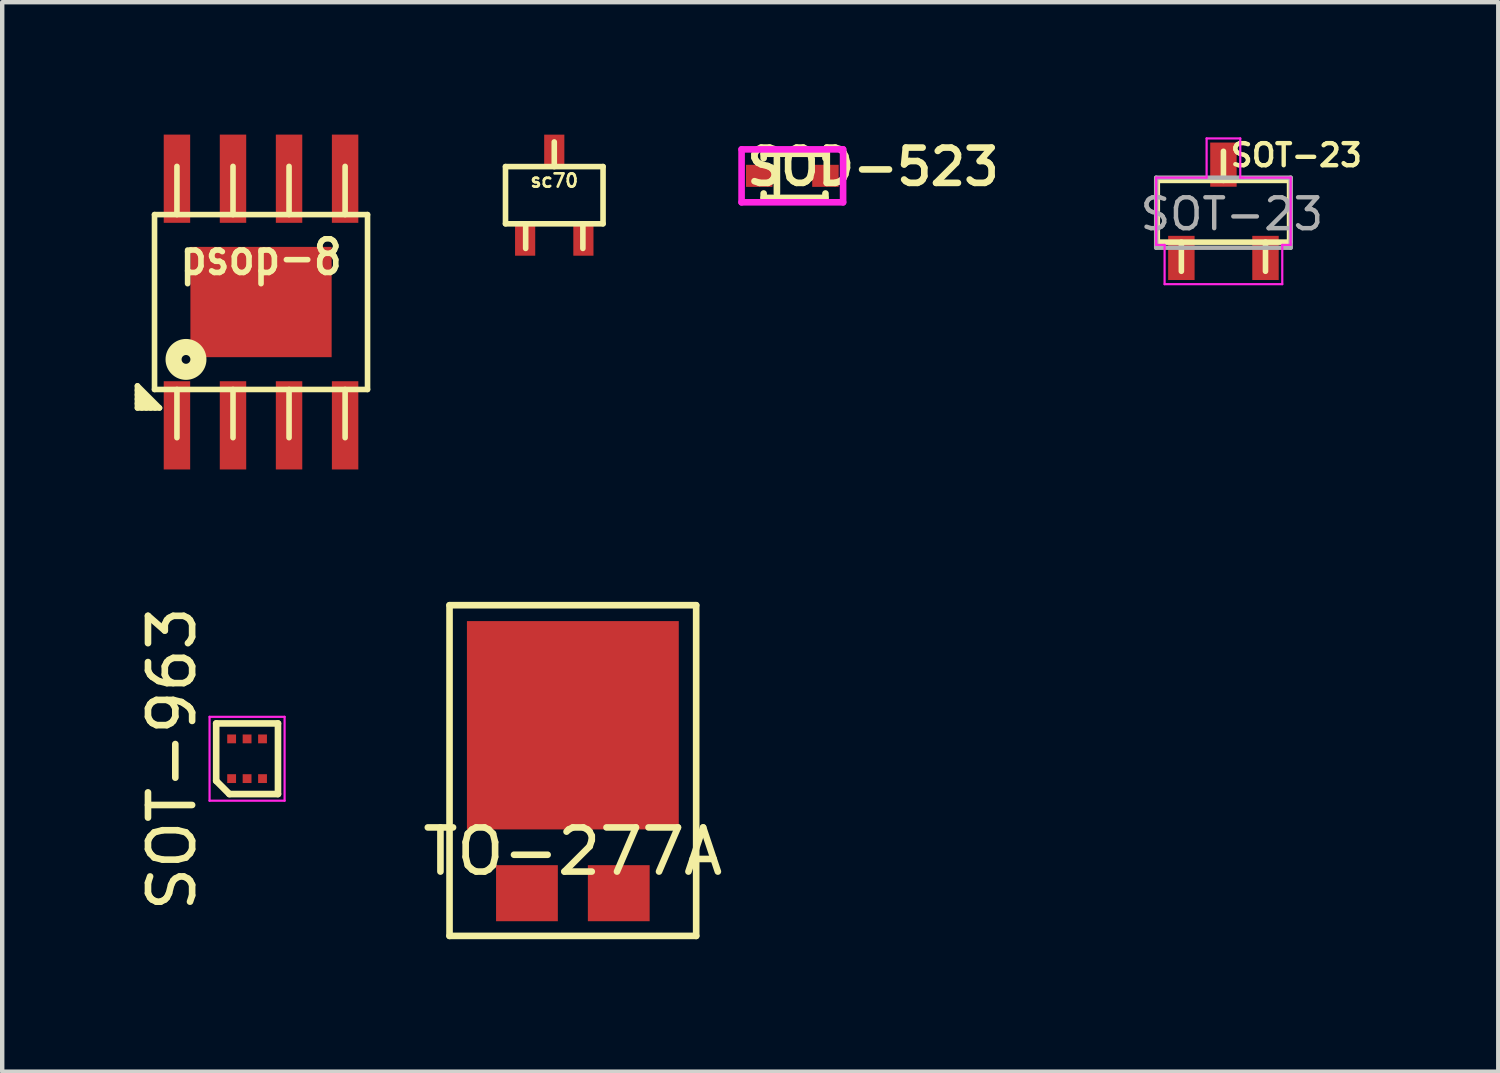
<source format=kicad_pcb>
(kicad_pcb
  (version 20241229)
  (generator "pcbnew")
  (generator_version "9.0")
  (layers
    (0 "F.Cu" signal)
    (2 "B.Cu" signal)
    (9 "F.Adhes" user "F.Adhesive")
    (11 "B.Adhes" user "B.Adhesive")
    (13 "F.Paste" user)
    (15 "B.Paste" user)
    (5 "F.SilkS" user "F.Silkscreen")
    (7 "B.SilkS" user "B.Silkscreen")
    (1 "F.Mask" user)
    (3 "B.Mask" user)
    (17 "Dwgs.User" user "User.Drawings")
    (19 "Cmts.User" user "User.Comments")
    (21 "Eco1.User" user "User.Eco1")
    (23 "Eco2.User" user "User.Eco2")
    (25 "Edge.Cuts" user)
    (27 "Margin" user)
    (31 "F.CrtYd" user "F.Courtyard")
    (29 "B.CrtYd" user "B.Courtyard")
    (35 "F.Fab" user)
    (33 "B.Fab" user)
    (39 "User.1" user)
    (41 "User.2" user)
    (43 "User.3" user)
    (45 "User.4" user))
  (footprint "SOT-23"
    (layer "F.Cu")
    (at 24.669 1.737)
    (property "Reference" "SOT-23" (at 1.651 -1.27 0) (layer "F.SilkS") (effects (font (size 0.5 0.5) (thickness 0.099))))
    (attr through_hole)
    (fp_line (start -1.499 -0.699) (end 1.499 -0.699) (stroke (width 0.127) (type solid)) (layer "F.SilkS"))
    (fp_line (start -1.499 0.699) (end -1.499 -0.699) (stroke (width 0.127) (type solid)) (layer "F.SilkS"))
    (fp_line (start -0.953 0.699) (end -0.953 1.359) (stroke (width 0.127) (type solid)) (layer "F.SilkS"))
    (fp_line (start 0 -0.699) (end 0 -1.359) (stroke (width 0.127) (type solid)) (layer "F.SilkS"))
    (fp_line (start 0.953 0.699) (end 0.953 1.359) (stroke (width 0.127) (type solid)) (layer "F.SilkS"))
    (fp_line (start 1.499 -0.699) (end 1.499 0.699) (stroke (width 0.127) (type solid)) (layer "F.SilkS"))
    (fp_line (start 1.499 0.699) (end -1.499 0.699) (stroke (width 0.127) (type solid)) (layer "F.SilkS"))
    (fp_line (start -1.524 -0.762) (end -1.524 0.762) (stroke (width 0.05) (type solid)) (layer "F.CrtYd"))
    (fp_line (start -1.524 0.762) (end -1.333 0.762) (stroke (width 0.05) (type solid)) (layer "F.CrtYd"))
    (fp_line (start -1.333 0.762) (end -1.333 1.651) (stroke (width 0.05) (type solid)) (layer "F.CrtYd"))
    (fp_line (start -1.333 1.651) (end 1.333 1.651) (stroke (width 0.05) (type solid)) (layer "F.CrtYd"))
    (fp_line (start -0.381 -1.651) (end -0.381 -0.762) (stroke (width 0.05) (type solid)) (layer "F.CrtYd"))
    (fp_line (start -0.381 -0.762) (end -1.524 -0.762) (stroke (width 0.05) (type solid)) (layer "F.CrtYd"))
    (fp_line (start 0.381 -1.651) (end -0.381 -1.651) (stroke (width 0.05) (type solid)) (layer "F.CrtYd"))
    (fp_line (start 0.381 -0.762) (end 0.381 -1.651) (stroke (width 0.05) (type solid)) (layer "F.CrtYd"))
    (fp_line (start 0.445 -0.762) (end 0.381 -0.762) (stroke (width 0.05) (type solid)) (layer "F.CrtYd"))
    (fp_line (start 1.333 0.762) (end 1.524 0.762) (stroke (width 0.05) (type solid)) (layer "F.CrtYd"))
    (fp_line (start 1.333 1.651) (end 1.333 0.762) (stroke (width 0.05) (type solid)) (layer "F.CrtYd"))
    (fp_line (start 1.524 -0.762) (end 0.445 -0.762) (stroke (width 0.05) (type solid)) (layer "F.CrtYd"))
    (fp_line (start 1.524 0.762) (end 1.524 -0.762) (stroke (width 0.05) (type solid)) (layer "F.CrtYd"))
    (fp_line (start -1.524 -0.762) (end -1.524 0.826) (stroke (width 0.1) (type solid)) (layer "F.Fab"))
    (fp_line (start -1.524 0.826) (end 1.524 0.826) (stroke (width 0.1) (type solid)) (layer "F.Fab"))
    (fp_line (start 1.524 -0.762) (end -1.524 -0.762) (stroke (width 0.1) (type solid)) (layer "F.Fab"))
    (fp_line (start 1.524 0.826) (end 1.524 -0.762) (stroke (width 0.1) (type solid)) (layer "F.Fab"))
    (fp_text user "${REFERENCE}" (at 0.191 0.064 0) (layer "F.Fab") (effects (font (size 0.7 0.7) (thickness 0.1))))
    (pad "1" smd rect (at -0.953 1.057) (size 0.599 1.001) (layers "F.Cu" "F.Mask" "F.Paste"))
    (pad "2" smd rect (at 0.953 1.057) (size 0.599 1.001) (layers "F.Cu" "F.Mask" "F.Paste"))
    (pad "3" smd rect (at 0 -1.057) (size 0.599 1.001) (layers "F.Cu" "F.Mask" "F.Paste")))
  (footprint "SOD-523"
    (layer "F.Cu")
    (at 14.952 0.934)
    (property "Reference" "SOD-523" (at 1.778 -0.203 0) (layer "F.SilkS") (effects (font (size 0.8 0.8) (thickness 0.15))))
    (attr through_hole)
    (fp_line (start -0.7 -0.5) (end -0.7 -0.4) (stroke (width 0.15) (type solid)) (layer "F.SilkS"))
    (fp_line (start -0.7 -0.5) (end 0.7 -0.5) (stroke (width 0.15) (type solid)) (layer "F.SilkS"))
    (fp_line (start -0.7 0.4) (end -0.7 0.5) (stroke (width 0.15) (type solid)) (layer "F.SilkS"))
    (fp_line (start -0.7 0.5) (end 0.7 0.5) (stroke (width 0.15) (type solid)) (layer "F.SilkS"))
    (fp_line (start -0.4 -0.4) (end -0.4 0.4) (stroke (width 0.15) (type solid)) (layer "F.SilkS"))
    (fp_line (start 0.7 -0.5) (end 0.7 -0.4) (stroke (width 0.15) (type solid)) (layer "F.SilkS"))
    (fp_line (start 0.7 0.4) (end 0.7 0.5) (stroke (width 0.15) (type solid)) (layer "F.SilkS"))
    (fp_line (start -1.2 -0.6) (end -1.2 0.6) (stroke (width 0.15) (type solid)) (layer "F.CrtYd"))
    (fp_line (start -1.2 0.6) (end 1.1 0.6) (stroke (width 0.15) (type solid)) (layer "F.CrtYd"))
    (fp_line (start 1.1 -0.6) (end -1.2 -0.6) (stroke (width 0.15) (type solid)) (layer "F.CrtYd"))
    (fp_line (start 1.1 0.6) (end 1.1 -0.6) (stroke (width 0.15) (type solid)) (layer "F.CrtYd"))
    (fp_rect (start -1.2 -0.6) (end 1.1 0.6) (stroke (width 0.1) (type solid)) (fill no) (layer "F.Fab"))
    (pad "1" smd rect (at -0.8 0) (size 0.6 0.5) (layers "F.Cu" "F.Mask" "F.Paste"))
    (pad "2" smd rect (at 0.7 0) (size 0.6 0.5) (layers "F.Cu" "F.Mask" "F.Paste")))
  (footprint "TO-277A"
    (layer "F.Cu")
    (at 9.929 15.742)
    (property "Reference" "TO-277A" (at 0 0.5 0) (layer "F.SilkS") (effects (font (size 1 1) (thickness 0.15))))
    (attr through_hole)
    (fp_line (start -2.794 -5.08) (end -2.794 2.413) (stroke (width 0.15) (type solid)) (layer "F.SilkS"))
    (fp_line (start -2.794 2.413) (end 2.794 2.413) (stroke (width 0.15) (type solid)) (layer "F.SilkS"))
    (fp_line (start 2.794 -5.08) (end -2.794 -5.08) (stroke (width 0.15) (type solid)) (layer "F.SilkS"))
    (fp_line (start 2.794 2.413) (end 2.794 -5.08) (stroke (width 0.15) (type solid)) (layer "F.SilkS"))
    (pad "1" smd rect (at 1.04 1.445) (size 1.4 1.27) (layers "F.Cu" "F.Mask" "F.Paste"))
    (pad "2" smd rect (at -1.04 1.445) (size 1.4 1.27) (layers "F.Cu" "F.Mask" "F.Paste"))
    (pad "3" smd rect (at 0 -2.36) (size 4.8 4.72) (layers "F.Cu" "F.Mask" "F.Paste")))
  (footprint "SOT-963"
    (layer "F.Cu")
    (at 2.548 14.141)
    (property "Reference" "SOT-963" (at -1.7 0 90) (layer "F.SilkS") (effects (font (size 1 1) (thickness 0.15))))
    (attr smd)
    (fp_line (start -0.7 -0.8) (end 0.7 -0.8) (stroke (width 0.15) (type solid)) (layer "F.SilkS"))
    (fp_line (start -0.7 0.5) (end -0.7 -0.8) (stroke (width 0.15) (type solid)) (layer "F.SilkS"))
    (fp_line (start -0.7 0.5) (end -0.4 0.8) (stroke (width 0.15) (type solid)) (layer "F.SilkS"))
    (fp_line (start 0.7 -0.8) (end 0.7 0.8) (stroke (width 0.15) (type solid)) (layer "F.SilkS"))
    (fp_line (start 0.7 0.8) (end -0.4 0.8) (stroke (width 0.15) (type solid)) (layer "F.SilkS"))
    (fp_line (start -0.85 -0.95) (end 0.85 -0.95) (stroke (width 0.05) (type solid)) (layer "F.CrtYd"))
    (fp_line (start -0.85 0.95) (end -0.85 -0.95) (stroke (width 0.05) (type solid)) (layer "F.CrtYd"))
    (fp_line (start 0.85 -0.95) (end 0.85 0.95) (stroke (width 0.05) (type solid)) (layer "F.CrtYd"))
    (fp_line (start 0.85 0.95) (end -0.85 0.95) (stroke (width 0.05) (type solid)) (layer "F.CrtYd"))
    (pad "1" smd rect (at -0.35 0.45) (size 0.2 0.2) (layers "F.Cu" "F.Mask" "F.Paste"))
    (pad "2" smd rect (at 0 0.45) (size 0.2 0.2) (layers "F.Cu" "F.Mask" "F.Paste"))
    (pad "3" smd rect (at 0.35 0.45) (size 0.2 0.2) (layers "F.Cu" "F.Mask" "F.Paste"))
    (pad "4" smd rect (at 0.35 -0.45) (size 0.2 0.2) (layers "F.Cu" "F.Mask" "F.Paste"))
    (pad "5" smd rect (at 0 -0.45) (size 0.2 0.2) (layers "F.Cu" "F.Mask" "F.Paste"))
    (pad "6" smd rect (at -0.35 -0.45) (size 0.2 0.2) (layers "F.Cu" "F.Mask" "F.Paste")))
  (footprint "psop-8"
    (layer "F.Cu")
    (at 2.864 3.793)
    (property "Reference" "psop-8" (at 0 -1.016 0) (layer "F.SilkS") (effects (font (size 0.762 0.635) (thickness 0.127))))
    (attr through_hole)
    (fp_line (start -2.8 1.9) (end -2.3 2.4) (stroke (width 0.127) (type solid)) (layer "F.SilkS"))
    (fp_line (start -2.8 2.4) (end -2.8 1.9) (stroke (width 0.127) (type solid)) (layer "F.SilkS"))
    (fp_line (start -2.7 2.4) (end -2.8 2.3) (stroke (width 0.127) (type solid)) (layer "F.SilkS"))
    (fp_line (start -2.6 2.4) (end -2.8 2.2) (stroke (width 0.127) (type solid)) (layer "F.SilkS"))
    (fp_line (start -2.5 2.4) (end -2.8 2.1) (stroke (width 0.127) (type solid)) (layer "F.SilkS"))
    (fp_line (start -2.413 -1.981) (end -2.413 1.981) (stroke (width 0.127) (type solid)) (layer "F.SilkS"))
    (fp_line (start -2.413 1.981) (end 2.413 1.981) (stroke (width 0.127) (type solid)) (layer "F.SilkS"))
    (fp_line (start -2.4 2.4) (end -2.8 2) (stroke (width 0.127) (type solid)) (layer "F.SilkS"))
    (fp_line (start -2.3 2.4) (end -2.8 2.4) (stroke (width 0.127) (type solid)) (layer "F.SilkS"))
    (fp_line (start -1.905 -1.981) (end -1.905 -3.073) (stroke (width 0.127) (type solid)) (layer "F.SilkS"))
    (fp_line (start -1.905 3.073) (end -1.905 1.981) (stroke (width 0.127) (type solid)) (layer "F.SilkS"))
    (fp_line (start -0.635 -1.981) (end -0.635 -3.073) (stroke (width 0.127) (type solid)) (layer "F.SilkS"))
    (fp_line (start -0.635 3.073) (end -0.635 1.981) (stroke (width 0.127) (type solid)) (layer "F.SilkS"))
    (fp_line (start 0.635 -1.981) (end 0.635 -3.073) (stroke (width 0.127) (type solid)) (layer "F.SilkS"))
    (fp_line (start 0.635 3.073) (end 0.635 1.981) (stroke (width 0.127) (type solid)) (layer "F.SilkS"))
    (fp_line (start 1.905 -3.073) (end 1.905 -1.981) (stroke (width 0.127) (type solid)) (layer "F.SilkS"))
    (fp_line (start 1.905 1.981) (end 1.905 3.073) (stroke (width 0.127) (type solid)) (layer "F.SilkS"))
    (fp_line (start 2.413 -1.981) (end -2.413 -1.981) (stroke (width 0.127) (type solid)) (layer "F.SilkS"))
    (fp_line (start 2.413 1.981) (end 2.413 -1.981) (stroke (width 0.127) (type solid)) (layer "F.SilkS"))
    (fp_circle (center -1.7 1.3) (end -2.1 1.3) (stroke (width 0.127) (type solid)) (fill no) (layer "F.SilkS"))
    (fp_circle (center -1.7 1.3) (end -2 1.3) (stroke (width 0.127) (type solid)) (fill no) (layer "F.SilkS"))
    (fp_circle (center -1.7 1.3) (end -1.9 1.3) (stroke (width 0.127) (type solid)) (fill no) (layer "F.SilkS"))
    (fp_circle (center -1.7 1.3) (end -1.8 1.3) (stroke (width 0.3) (type solid)) (fill no) (layer "F.SilkS"))
    (pad "1" smd rect (at -1.905 2.794) (size 0.599 1.999) (layers "F.Cu" "F.Mask" "F.Paste"))
    (pad "2" smd rect (at -0.635 2.794) (size 0.599 1.999) (layers "F.Cu" "F.Mask" "F.Paste"))
    (pad "3" smd rect (at 0.635 2.794) (size 0.599 1.999) (layers "F.Cu" "F.Mask" "F.Paste"))
    (pad "4" smd rect (at 1.905 2.794) (size 0.599 1.999) (layers "F.Cu" "F.Mask" "F.Paste"))
    (pad "5" smd rect (at 1.905 -2.794) (size 0.599 1.999) (layers "F.Cu" "F.Mask" "F.Paste"))
    (pad "6" smd rect (at 0.635 -2.794) (size 0.599 1.999) (layers "F.Cu" "F.Mask" "F.Paste"))
    (pad "7" smd rect (at -0.635 -2.794) (size 0.599 1.999) (layers "F.Cu" "F.Mask" "F.Paste"))
    (pad "8" smd rect (at -1.905 -2.794) (size 0.599 1.999) (layers "F.Cu" "F.Mask" "F.Paste"))
    (pad "8" smd rect (at 0 0) (size 3.2 2.499) (layers "F.Cu" "F.Mask" "F.Paste")))
  (footprint "sc70"
    (layer "F.Cu")
    (at 9.508 1.372)
    (property "Reference" "sc70" (at 0 -0.33 0) (layer "F.SilkS") (effects (font (size 0.3 0.3) (thickness 0.061))))
    (attr through_hole)
    (fp_line (start -1.105 -0.648) (end 1.105 -0.648) (stroke (width 0.127) (type solid)) (layer "F.SilkS"))
    (fp_line (start -1.105 0.648) (end -1.105 -0.648) (stroke (width 0.127) (type solid)) (layer "F.SilkS"))
    (fp_line (start -0.648 0.648) (end -0.648 1.206) (stroke (width 0.127) (type solid)) (layer "F.SilkS"))
    (fp_line (start 0 -0.648) (end 0 -1.206) (stroke (width 0.127) (type solid)) (layer "F.SilkS"))
    (fp_line (start 0.648 0.648) (end 0.648 1.206) (stroke (width 0.127) (type solid)) (layer "F.SilkS"))
    (fp_line (start 1.105 -0.648) (end 1.105 0.648) (stroke (width 0.127) (type solid)) (layer "F.SilkS"))
    (fp_line (start 1.105 0.648) (end -1.105 0.648) (stroke (width 0.127) (type solid)) (layer "F.SilkS"))
    (pad "1" smd rect (at -0.66 1.016) (size 0.457 0.711) (layers "F.Cu" "F.Mask" "F.Paste"))
    (pad "2" smd rect (at 0.66 1.016) (size 0.457 0.711) (layers "F.Cu" "F.Mask" "F.Paste"))
    (pad "3" smd rect (at 0 -1.016) (size 0.457 0.711) (layers "F.Cu" "F.Mask" "F.Paste")))
  (gr_rect
    (start -3 -3)
    (end 30.896 21.23)
    (stroke (width 0.1) (type default))
    (fill no)
    (layer "Edge.Cuts")))
</source>
